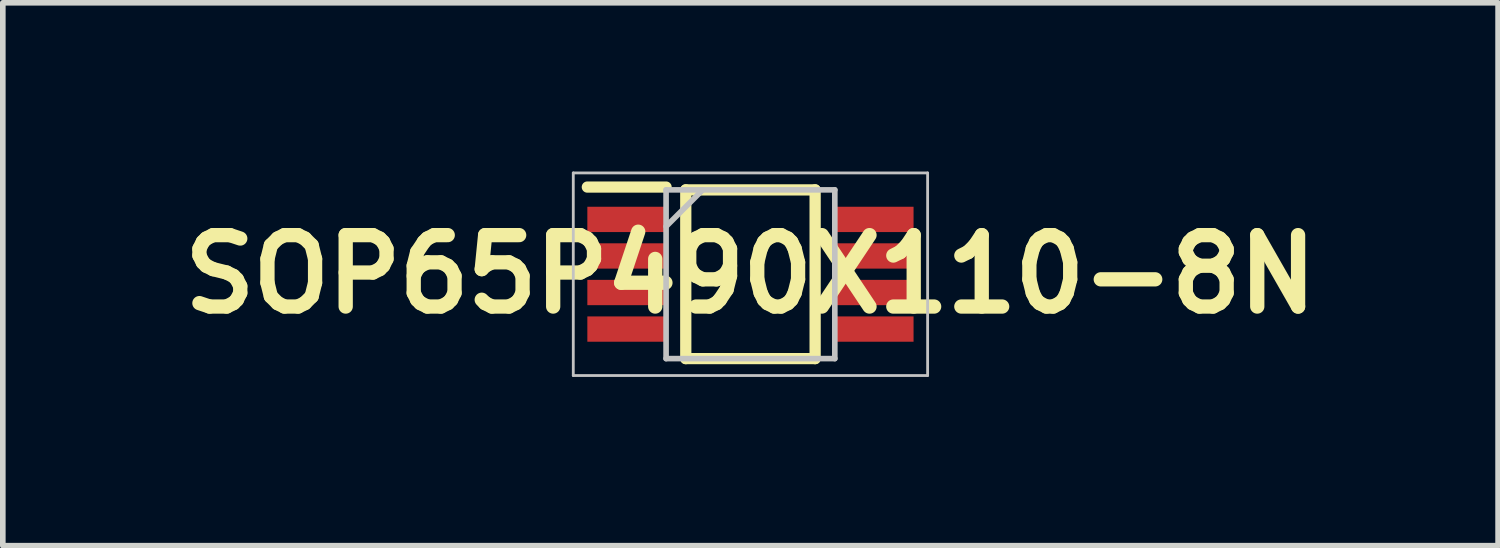
<source format=kicad_pcb>
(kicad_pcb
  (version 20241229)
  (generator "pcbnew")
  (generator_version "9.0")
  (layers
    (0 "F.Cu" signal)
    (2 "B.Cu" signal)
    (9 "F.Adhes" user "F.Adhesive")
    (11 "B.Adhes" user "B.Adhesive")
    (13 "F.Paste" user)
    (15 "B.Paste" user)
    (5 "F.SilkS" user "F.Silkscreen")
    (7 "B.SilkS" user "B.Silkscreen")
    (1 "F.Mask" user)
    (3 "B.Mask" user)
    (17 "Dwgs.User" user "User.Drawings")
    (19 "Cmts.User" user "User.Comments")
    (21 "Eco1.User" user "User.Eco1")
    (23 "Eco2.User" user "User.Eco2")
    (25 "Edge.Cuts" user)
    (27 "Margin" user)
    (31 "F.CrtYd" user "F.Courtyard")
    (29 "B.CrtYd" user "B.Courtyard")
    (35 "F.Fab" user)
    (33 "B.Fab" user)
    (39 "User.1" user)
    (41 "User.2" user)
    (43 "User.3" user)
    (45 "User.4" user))
  (footprint "SOP65P490X110-8N"
    (layer "F.Cu")
    (at 10.293 1.826)
    (property "Reference" "SOP65P490X110-8N" (at 0 0 0) (layer "F.SilkS") (effects (font (size 1.27 1.27) (thickness 0.254))))
    (attr smd)
    (fp_line (start -2.9 -1.55) (end -1.5 -1.55) (stroke (width 0.2) (type solid)) (layer "F.SilkS"))
    (fp_line (start -1.15 -1.5) (end 1.15 -1.5) (stroke (width 0.2) (type solid)) (layer "F.SilkS"))
    (fp_line (start -1.15 1.5) (end -1.15 -1.5) (stroke (width 0.2) (type solid)) (layer "F.SilkS"))
    (fp_line (start 1.15 -1.5) (end 1.15 1.5) (stroke (width 0.2) (type solid)) (layer "F.SilkS"))
    (fp_line (start 1.15 1.5) (end -1.15 1.5) (stroke (width 0.2) (type solid)) (layer "F.SilkS"))
    (fp_line (start -3.15 -1.801) (end 3.15 -1.801) (stroke (width 0.05) (type solid)) (layer "Dwgs.User"))
    (fp_line (start -3.15 1.801) (end -3.15 -1.801) (stroke (width 0.05) (type solid)) (layer "Dwgs.User"))
    (fp_line (start -1.5 -1.5) (end 1.5 -1.5) (stroke (width 0.1) (type solid)) (layer "Dwgs.User"))
    (fp_line (start -1.5 -0.85) (end -0.85 -1.5) (stroke (width 0.1) (type solid)) (layer "Dwgs.User"))
    (fp_line (start -1.5 1.5) (end -1.5 -1.5) (stroke (width 0.1) (type solid)) (layer "Dwgs.User"))
    (fp_line (start 1.5 -1.5) (end 1.5 1.5) (stroke (width 0.1) (type solid)) (layer "Dwgs.User"))
    (fp_line (start 1.5 1.5) (end -1.5 1.5) (stroke (width 0.1) (type solid)) (layer "Dwgs.User"))
    (fp_line (start 3.15 -1.801) (end 3.15 1.801) (stroke (width 0.05) (type solid)) (layer "Dwgs.User"))
    (fp_line (start 3.15 1.801) (end -3.15 1.801) (stroke (width 0.05) (type solid)) (layer "Dwgs.User"))
    (pad "1" smd rect (at -2.2 -0.975 90) (size 0.45 1.4) (layers "F.Cu" "F.Mask" "F.Paste"))
    (pad "2" smd rect (at -2.2 -0.325 90) (size 0.45 1.4) (layers "F.Cu" "F.Mask" "F.Paste"))
    (pad "3" smd rect (at -2.2 0.325 90) (size 0.45 1.4) (layers "F.Cu" "F.Mask" "F.Paste"))
    (pad "4" smd rect (at -2.2 0.975 90) (size 0.45 1.4) (layers "F.Cu" "F.Mask" "F.Paste"))
    (pad "5" smd rect (at 2.2 0.975 90) (size 0.45 1.4) (layers "F.Cu" "F.Mask" "F.Paste"))
    (pad "6" smd rect (at 2.2 0.325 90) (size 0.45 1.4) (layers "F.Cu" "F.Mask" "F.Paste"))
    (pad "7" smd rect (at 2.2 -0.325 90) (size 0.45 1.4) (layers "F.Cu" "F.Mask" "F.Paste"))
    (pad "8" smd rect (at 2.2 -0.975 90) (size 0.45 1.4) (layers "F.Cu" "F.Mask" "F.Paste")))
  (gr_rect
    (start -3 -3)
    (end 23.586 6.652)
    (stroke (width 0.1) (type default))
    (fill no)
    (layer "Edge.Cuts")))
</source>
